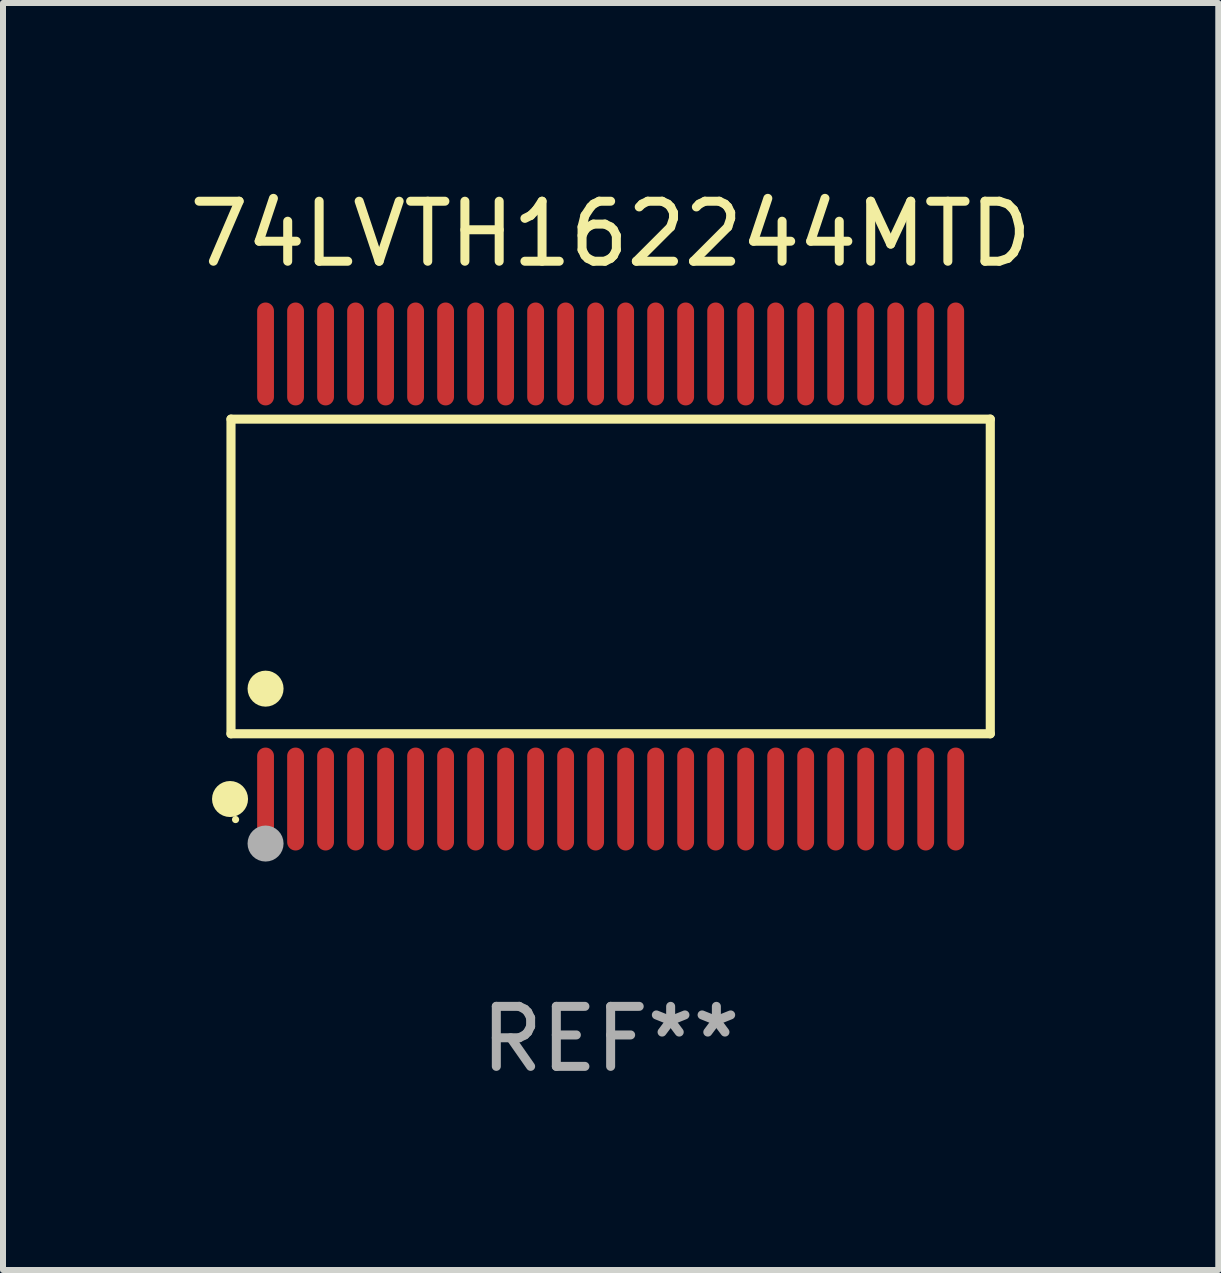
<source format=kicad_pcb>
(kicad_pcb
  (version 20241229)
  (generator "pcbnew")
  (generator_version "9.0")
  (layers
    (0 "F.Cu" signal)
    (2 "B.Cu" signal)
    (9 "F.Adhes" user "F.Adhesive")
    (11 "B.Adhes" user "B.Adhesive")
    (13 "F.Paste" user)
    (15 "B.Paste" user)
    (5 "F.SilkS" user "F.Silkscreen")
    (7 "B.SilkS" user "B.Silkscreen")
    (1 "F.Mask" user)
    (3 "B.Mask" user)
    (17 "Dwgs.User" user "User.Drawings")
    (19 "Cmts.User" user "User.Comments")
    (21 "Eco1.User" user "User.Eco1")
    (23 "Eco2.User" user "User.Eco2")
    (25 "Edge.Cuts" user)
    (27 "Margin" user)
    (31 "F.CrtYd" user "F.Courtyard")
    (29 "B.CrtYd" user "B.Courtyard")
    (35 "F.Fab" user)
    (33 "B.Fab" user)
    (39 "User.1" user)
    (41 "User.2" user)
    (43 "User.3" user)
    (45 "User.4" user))
  (footprint "74LVTH162244MTD"
    (layer "F.Cu")
    (at 7.125 6.556)
    (property "Reference" "74LVTH162244MTD" (at 0 -5.708 0) (layer "F.SilkS") (effects (font (size 1 1) (thickness 0.15))))
    (attr through_hole)
    (fp_line (start -6.326 -2.622) (end 6.326 -2.622) (stroke (width 0.152) (type solid)) (layer "F.SilkS"))
    (fp_line (start -6.326 2.621) (end -6.326 -2.622) (stroke (width 0.152) (type solid)) (layer "F.SilkS"))
    (fp_line (start 6.326 -2.622) (end 6.326 2.621) (stroke (width 0.152) (type solid)) (layer "F.SilkS"))
    (fp_line (start 6.326 2.621) (end -6.326 2.621) (stroke (width 0.152) (type solid)) (layer "F.SilkS"))
    (fp_circle (center -6.342 3.708) (end -6.192 3.708) (stroke (width 0.3) (type solid)) (fill no) (layer "F.SilkS"))
    (fp_circle (center -6.25 4.05) (end -6.22 4.05) (stroke (width 0.06) (type solid)) (fill no) (layer "F.SilkS"))
    (fp_circle (center -5.75 1.869) (end -5.6 1.869) (stroke (width 0.3) (type solid)) (fill no) (layer "F.SilkS"))
    (fp_circle (center -5.75 4.45) (end -5.6 4.45) (stroke (width 0.3) (type solid)) (fill no) (layer "F.Fab"))
    (fp_text user "REF**" (at 0 7.708 0) (layer "F.Fab") (effects (font (size 1 1) (thickness 0.15))))
    (pad "1" smd oval (at -5.75 3.708) (size 0.28 1.715) (layers "F.Cu" "F.Mask" "F.Paste"))
    (pad "2" smd oval (at -5.25 3.708) (size 0.28 1.715) (layers "F.Cu" "F.Mask" "F.Paste"))
    (pad "3" smd oval (at -4.75 3.708) (size 0.28 1.715) (layers "F.Cu" "F.Mask" "F.Paste"))
    (pad "4" smd oval (at -4.25 3.708) (size 0.28 1.715) (layers "F.Cu" "F.Mask" "F.Paste"))
    (pad "5" smd oval (at -3.75 3.708) (size 0.28 1.715) (layers "F.Cu" "F.Mask" "F.Paste"))
    (pad "6" smd oval (at -3.25 3.708) (size 0.28 1.715) (layers "F.Cu" "F.Mask" "F.Paste"))
    (pad "7" smd oval (at -2.75 3.708) (size 0.28 1.715) (layers "F.Cu" "F.Mask" "F.Paste"))
    (pad "8" smd oval (at -2.25 3.708) (size 0.28 1.715) (layers "F.Cu" "F.Mask" "F.Paste"))
    (pad "9" smd oval (at -1.75 3.708) (size 0.28 1.715) (layers "F.Cu" "F.Mask" "F.Paste"))
    (pad "10" smd oval (at -1.25 3.708) (size 0.28 1.715) (layers "F.Cu" "F.Mask" "F.Paste"))
    (pad "11" smd oval (at -0.75 3.708) (size 0.28 1.715) (layers "F.Cu" "F.Mask" "F.Paste"))
    (pad "12" smd oval (at -0.25 3.708) (size 0.28 1.715) (layers "F.Cu" "F.Mask" "F.Paste"))
    (pad "13" smd oval (at 0.25 3.708) (size 0.28 1.715) (layers "F.Cu" "F.Mask" "F.Paste"))
    (pad "14" smd oval (at 0.75 3.708) (size 0.28 1.715) (layers "F.Cu" "F.Mask" "F.Paste"))
    (pad "15" smd oval (at 1.25 3.708) (size 0.28 1.715) (layers "F.Cu" "F.Mask" "F.Paste"))
    (pad "16" smd oval (at 1.75 3.708) (size 0.28 1.715) (layers "F.Cu" "F.Mask" "F.Paste"))
    (pad "17" smd oval (at 2.25 3.708) (size 0.28 1.715) (layers "F.Cu" "F.Mask" "F.Paste"))
    (pad "18" smd oval (at 2.75 3.708) (size 0.28 1.715) (layers "F.Cu" "F.Mask" "F.Paste"))
    (pad "19" smd oval (at 3.25 3.708) (size 0.28 1.715) (layers "F.Cu" "F.Mask" "F.Paste"))
    (pad "20" smd oval (at 3.75 3.708) (size 0.28 1.715) (layers "F.Cu" "F.Mask" "F.Paste"))
    (pad "21" smd oval (at 4.25 3.708) (size 0.28 1.715) (layers "F.Cu" "F.Mask" "F.Paste"))
    (pad "22" smd oval (at 4.75 3.708) (size 0.28 1.715) (layers "F.Cu" "F.Mask" "F.Paste"))
    (pad "23" smd oval (at 5.25 3.708) (size 0.28 1.715) (layers "F.Cu" "F.Mask" "F.Paste"))
    (pad "24" smd oval (at 5.75 3.708) (size 0.28 1.715) (layers "F.Cu" "F.Mask" "F.Paste"))
    (pad "25" smd oval (at 5.75 -3.708) (size 0.28 1.715) (layers "F.Cu" "F.Mask" "F.Paste"))
    (pad "26" smd oval (at 5.25 -3.708) (size 0.28 1.715) (layers "F.Cu" "F.Mask" "F.Paste"))
    (pad "27" smd oval (at 4.75 -3.708) (size 0.28 1.715) (layers "F.Cu" "F.Mask" "F.Paste"))
    (pad "28" smd oval (at 4.25 -3.708) (size 0.28 1.715) (layers "F.Cu" "F.Mask" "F.Paste"))
    (pad "29" smd oval (at 3.75 -3.708) (size 0.28 1.715) (layers "F.Cu" "F.Mask" "F.Paste"))
    (pad "30" smd oval (at 3.25 -3.708) (size 0.28 1.715) (layers "F.Cu" "F.Mask" "F.Paste"))
    (pad "31" smd oval (at 2.75 -3.708) (size 0.28 1.715) (layers "F.Cu" "F.Mask" "F.Paste"))
    (pad "32" smd oval (at 2.25 -3.708) (size 0.28 1.715) (layers "F.Cu" "F.Mask" "F.Paste"))
    (pad "33" smd oval (at 1.75 -3.708) (size 0.28 1.715) (layers "F.Cu" "F.Mask" "F.Paste"))
    (pad "34" smd oval (at 1.25 -3.708) (size 0.28 1.715) (layers "F.Cu" "F.Mask" "F.Paste"))
    (pad "35" smd oval (at 0.75 -3.708) (size 0.28 1.715) (layers "F.Cu" "F.Mask" "F.Paste"))
    (pad "36" smd oval (at 0.25 -3.708) (size 0.28 1.715) (layers "F.Cu" "F.Mask" "F.Paste"))
    (pad "37" smd oval (at -0.25 -3.708) (size 0.28 1.715) (layers "F.Cu" "F.Mask" "F.Paste"))
    (pad "38" smd oval (at -0.75 -3.708) (size 0.28 1.715) (layers "F.Cu" "F.Mask" "F.Paste"))
    (pad "39" smd oval (at -1.25 -3.708) (size 0.28 1.715) (layers "F.Cu" "F.Mask" "F.Paste"))
    (pad "40" smd oval (at -1.75 -3.708) (size 0.28 1.715) (layers "F.Cu" "F.Mask" "F.Paste"))
    (pad "41" smd oval (at -2.25 -3.708) (size 0.28 1.715) (layers "F.Cu" "F.Mask" "F.Paste"))
    (pad "42" smd oval (at -2.75 -3.708) (size 0.28 1.715) (layers "F.Cu" "F.Mask" "F.Paste"))
    (pad "43" smd oval (at -3.25 -3.708) (size 0.28 1.715) (layers "F.Cu" "F.Mask" "F.Paste"))
    (pad "44" smd oval (at -3.75 -3.708) (size 0.28 1.715) (layers "F.Cu" "F.Mask" "F.Paste"))
    (pad "45" smd oval (at -4.25 -3.708) (size 0.28 1.715) (layers "F.Cu" "F.Mask" "F.Paste"))
    (pad "46" smd oval (at -4.75 -3.708) (size 0.28 1.715) (layers "F.Cu" "F.Mask" "F.Paste"))
    (pad "47" smd oval (at -5.25 -3.708) (size 0.28 1.715) (layers "F.Cu" "F.Mask" "F.Paste"))
    (pad "48" smd oval (at -5.75 -3.708) (size 0.28 1.715) (layers "F.Cu" "F.Mask" "F.Paste")))
  (gr_rect
    (start -3 -3)
    (end 17.25 18.112)
    (stroke (width 0.1) (type default))
    (fill no)
    (layer "Edge.Cuts")))
</source>
